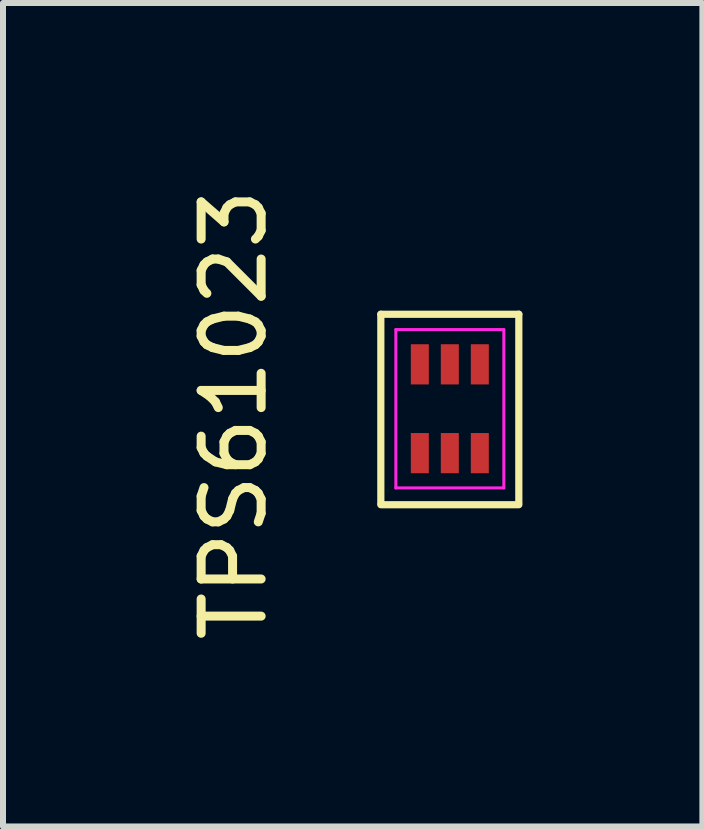
<source format=kicad_pcb>
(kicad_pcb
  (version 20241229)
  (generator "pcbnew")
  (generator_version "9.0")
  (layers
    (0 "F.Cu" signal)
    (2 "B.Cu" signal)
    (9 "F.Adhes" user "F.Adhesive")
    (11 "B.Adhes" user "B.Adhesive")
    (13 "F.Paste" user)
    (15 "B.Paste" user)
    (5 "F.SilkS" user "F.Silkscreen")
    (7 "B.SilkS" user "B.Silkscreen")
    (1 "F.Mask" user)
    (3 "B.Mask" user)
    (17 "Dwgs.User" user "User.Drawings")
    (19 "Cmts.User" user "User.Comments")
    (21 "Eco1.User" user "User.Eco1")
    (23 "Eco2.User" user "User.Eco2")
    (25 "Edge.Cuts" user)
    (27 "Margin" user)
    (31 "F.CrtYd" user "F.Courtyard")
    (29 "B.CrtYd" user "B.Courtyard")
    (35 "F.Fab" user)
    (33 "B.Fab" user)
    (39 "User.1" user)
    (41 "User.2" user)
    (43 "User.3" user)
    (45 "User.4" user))
  (footprint "TPS61023"
    (layer "F.Cu")
    (at 4.448 3.763)
    (property "Reference" "TPS61023" (at -3.6 0.1 90) (layer "F.SilkS") (effects (font (size 1 1) (thickness 0.15))))
    (attr smd)
    (fp_line (start -1.15 -1.575) (end -1.15 1.575) (stroke (width 0.12) (type default)) (layer "F.SilkS"))
    (fp_line (start -1.15 -1.575) (end 1.15 -1.575) (stroke (width 0.12) (type default)) (layer "F.SilkS"))
    (fp_line (start -1.15 1.6) (end 1.15 1.6) (stroke (width 0.12) (type default)) (layer "F.SilkS"))
    (fp_line (start 1.15 -1.575) (end 1.15 1.575) (stroke (width 0.12) (type default)) (layer "F.SilkS"))
    (fp_line (start -0.9 -1.32) (end 0.9 -1.32) (stroke (width 0.05) (type default)) (layer "F.CrtYd"))
    (fp_line (start -0.9 1.32) (end -0.9 -1.32) (stroke (width 0.05) (type default)) (layer "F.CrtYd"))
    (fp_line (start 0.9 -1.32) (end 0.9 1.32) (stroke (width 0.05) (type default)) (layer "F.CrtYd"))
    (fp_line (start 0.9 1.32) (end -0.9 1.32) (stroke (width 0.05) (type default)) (layer "F.CrtYd"))
    (pad "1" smd rect (at -0.5 0.74) (size 0.3 0.67) (layers "F.Cu" "F.Mask" "F.Paste"))
    (pad "2" smd rect (at 0 0.74) (size 0.3 0.67) (layers "F.Cu" "F.Mask" "F.Paste"))
    (pad "3" smd rect (at 0.5 0.74) (size 0.3 0.67) (layers "F.Cu" "F.Mask" "F.Paste"))
    (pad "4" smd rect (at 0.5 -0.74) (size 0.3 0.67) (layers "F.Cu" "F.Mask" "F.Paste"))
    (pad "5" smd rect (at 0 -0.74) (size 0.3 0.67) (layers "F.Cu" "F.Mask" "F.Paste"))
    (pad "6" smd rect (at -0.5 -0.74) (size 0.3 0.67) (layers "F.Cu" "F.Mask" "F.Paste")))
  (gr_rect
    (start -3 -3)
    (end 8.658 10.726)
    (stroke (width 0.1) (type default))
    (fill no)
    (layer "Edge.Cuts")))
</source>
